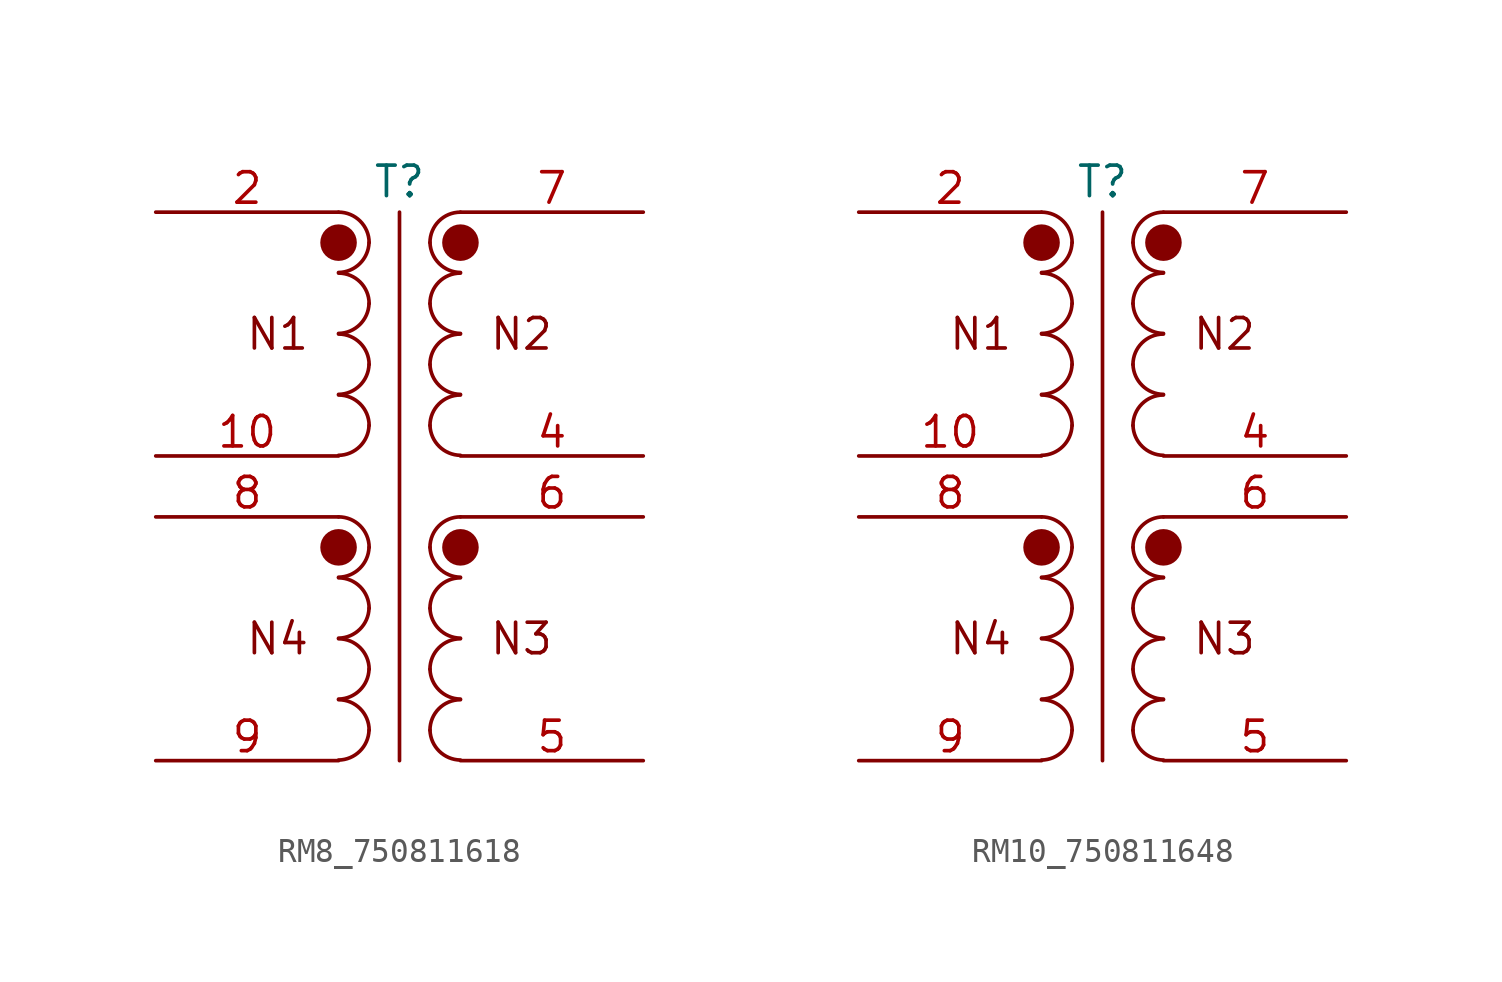
<source format=kicad_sym>
(kicad_symbol_lib
  (version 20220914)
  (generator kicad_symbol_editor)
  (symbol "RM8_750811618"
    (pin_names hide)
    (property "Reference" "T"
      (at 0 12.7 0)
      (effects (font (size 1.27 1.27))))
    (symbol "RM8_750811618_0_1"
      (arc (start -2.54 -11.4046) (mid -1.6561 -11.0363) (end -1.27 -10.16) (stroke (width 0) (type default)) (fill (type none)))
      (arc (start -2.54 -8.8646) (mid -1.6561 -8.4963) (end -1.27 -7.62) (stroke (width 0) (type default)) (fill (type none)))
      (arc (start -2.54 -6.3246) (mid -1.6561 -5.9563) (end -1.27 -5.08) (stroke (width 0) (type default)) (fill (type none)))
      (arc (start -2.54 -3.7846) (mid -1.6561 -3.4163) (end -1.27 -2.54) (stroke (width 0) (type default)) (fill (type none)))
      (arc (start -2.54 1.2954) (mid -1.6561 1.6637) (end -1.27 2.54) (stroke (width 0) (type default)) (fill (type none)))
      (arc (start -2.54 3.8354) (mid -1.6561 4.2037) (end -1.27 5.08) (stroke (width 0) (type default)) (fill (type none)))
      (arc (start -2.54 6.3754) (mid -1.6561 6.7437) (end -1.27 7.62) (stroke (width 0) (type default)) (fill (type none)))
      (arc (start -2.54 8.9154) (mid -1.6561 9.2837) (end -1.27 10.16) (stroke (width 0) (type default)) (fill (type none)))
      (arc (start -1.27 -10.16) (mid -1.642 -9.262) (end -2.54 -8.89) (stroke (width 0) (type default)) (fill (type none)))
      (arc (start -1.27 -7.62) (mid -1.642 -6.722) (end -2.54 -6.35) (stroke (width 0) (type default)) (fill (type none)))
      (arc (start -1.27 -5.08) (mid -1.642 -4.182) (end -2.54 -3.81) (stroke (width 0) (type default)) (fill (type none)))
      (arc (start -1.27 -2.54) (mid -1.642 -1.642) (end -2.54 -1.27) (stroke (width 0) (type default)) (fill (type none)))
      (arc (start -1.27 2.54) (mid -1.642 3.438) (end -2.54 3.81) (stroke (width 0) (type default)) (fill (type none)))
      (arc (start -1.27 5.08) (mid -1.642 5.978) (end -2.54 6.35) (stroke (width 0) (type default)) (fill (type none)))
      (arc (start -1.27 7.62) (mid -1.642 8.518) (end -2.54 8.89) (stroke (width 0) (type default)) (fill (type none)))
      (arc (start -1.27 10.16) (mid -1.642 11.058) (end -2.54 11.43) (stroke (width 0) (type default)) (fill (type none)))
      (polyline (pts (xy 0 -11.43) (xy 0 11.43)) (stroke (width 0) (type default)) (fill (type none)))
      (arc (start 1.27 -10.16) (mid 1.6561 -11.0363) (end 2.54 -11.4046) (stroke (width 0) (type default)) (fill (type none)))
      (arc (start 1.27 -7.62) (mid 1.6561 -8.4963) (end 2.54 -8.8646) (stroke (width 0) (type default)) (fill (type none)))
      (arc (start 1.27 -5.08) (mid 1.6561 -5.9563) (end 2.54 -6.3246) (stroke (width 0) (type default)) (fill (type none)))
      (arc (start 1.27 -2.54) (mid 1.6561 -3.4163) (end 2.54 -3.7846) (stroke (width 0) (type default)) (fill (type none)))
      (arc (start 1.27 2.54) (mid 1.6561 1.6637) (end 2.54 1.2954) (stroke (width 0) (type default)) (fill (type none)))
      (arc (start 1.27 5.08) (mid 1.6561 4.2037) (end 2.54 3.8354) (stroke (width 0) (type default)) (fill (type none)))
      (arc (start 1.27 7.62) (mid 1.6561 6.7437) (end 2.54 6.3754) (stroke (width 0) (type default)) (fill (type none)))
      (arc (start 1.27 10.16) (mid 1.6561 9.2837) (end 2.54 8.9154) (stroke (width 0) (type default)) (fill (type none)))
      (arc (start 2.54 -8.89) (mid 1.642 -9.262) (end 1.27 -10.16) (stroke (width 0) (type default)) (fill (type none)))
      (arc (start 2.54 -6.35) (mid 1.642 -6.722) (end 1.27 -7.62) (stroke (width 0) (type default)) (fill (type none)))
      (arc (start 2.54 -3.81) (mid 1.642 -4.182) (end 1.27 -5.08) (stroke (width 0) (type default)) (fill (type none)))
      (arc (start 2.54 -1.27) (mid 1.642 -1.642) (end 1.27 -2.54) (stroke (width 0) (type default)) (fill (type none)))
      (arc (start 2.54 3.81) (mid 1.642 3.438) (end 1.27 2.54) (stroke (width 0) (type default)) (fill (type none)))
      (arc (start 2.54 6.35) (mid 1.642 5.978) (end 1.27 5.08) (stroke (width 0) (type default)) (fill (type none)))
      (arc (start 2.54 8.89) (mid 1.642 8.518) (end 1.27 7.62) (stroke (width 0) (type default)) (fill (type none)))
      (arc (start 2.54 11.43) (mid 1.642 11.058) (end 1.27 10.16) (stroke (width 0) (type default)) (fill (type none))))
    (symbol "RM8_750811618_1_1"
      (circle (center -2.54 -2.54) (radius 0.0001) (stroke (width 0.762) (type default)) (fill (type none)))
      (circle (center -2.54 10.16) (radius 0.0001) (stroke (width 0.762) (type default)) (fill (type none)))
      (circle (center 2.54 -2.54) (radius 0.0001) (stroke (width 0.762) (type default)) (fill (type none)))
      (circle (center 2.54 10.16) (radius 0.0001) (stroke (width 0.762) (type default)) (fill (type none)))
      (text "N1" (at -5.08 6.35 0) (effects (font (size 1.27 1.27))))
      (text "N2" (at 5.08 6.35 0) (effects (font (size 1.27 1.27))))
      (text "N3" (at 5.08 -6.35 0) (effects (font (size 1.27 1.27))))
      (text "N4" (at -5.08 -6.35 0) (effects (font (size 1.27 1.27))))
      (pin passive line (at -10.16 1.27 0) (length 7.62) (name "10" (effects (font (size 1.27 1.27)))) (number "10" (effects (font (size 1.27 1.27)))))
      (pin passive line (at -10.16 11.43 0) (length 7.62) (name "2" (effects (font (size 1.27 1.27)))) (number "2" (effects (font (size 1.27 1.27)))))
      (pin passive line (at 10.16 1.27 180) (length 7.62) (name "4" (effects (font (size 1.27 1.27)))) (number "4" (effects (font (size 1.27 1.27)))))
      (pin passive line (at 10.16 -11.43 180) (length 7.62) (name "5" (effects (font (size 1.27 1.27)))) (number "5" (effects (font (size 1.27 1.27)))))
      (pin passive line (at 10.16 -1.27 180) (length 7.62) (name "6" (effects (font (size 1.27 1.27)))) (number "6" (effects (font (size 1.27 1.27)))))
      (pin passive line (at 10.16 11.43 180) (length 7.62) (name "7" (effects (font (size 1.27 1.27)))) (number "7" (effects (font (size 1.27 1.27)))))
      (pin passive line (at -10.16 -1.27 0) (length 7.62) (name "8" (effects (font (size 1.27 1.27)))) (number "8" (effects (font (size 1.27 1.27)))))
      (pin passive line (at -10.16 -11.43 0) (length 7.62) (name "9" (effects (font (size 1.27 1.27)))) (number "9" (effects (font (size 1.27 1.27)))))))
  (symbol "RM10_750811648"
    (pin_names hide)
    (property "Reference" "T"
      (at 0 12.7 0)
      (effects (font (size 1.27 1.27))))
    (symbol "RM10_750811648_0_1"
      (arc (start -2.54 -11.4046) (mid -1.6561 -11.0363) (end -1.27 -10.16) (stroke (width 0) (type default)) (fill (type none)))
      (arc (start -2.54 -8.8646) (mid -1.6561 -8.4963) (end -1.27 -7.62) (stroke (width 0) (type default)) (fill (type none)))
      (arc (start -2.54 -6.3246) (mid -1.6561 -5.9563) (end -1.27 -5.08) (stroke (width 0) (type default)) (fill (type none)))
      (arc (start -2.54 -3.7846) (mid -1.6561 -3.4163) (end -1.27 -2.54) (stroke (width 0) (type default)) (fill (type none)))
      (arc (start -2.54 1.2954) (mid -1.6561 1.6637) (end -1.27 2.54) (stroke (width 0) (type default)) (fill (type none)))
      (arc (start -2.54 3.8354) (mid -1.6561 4.2037) (end -1.27 5.08) (stroke (width 0) (type default)) (fill (type none)))
      (arc (start -2.54 6.3754) (mid -1.6561 6.7437) (end -1.27 7.62) (stroke (width 0) (type default)) (fill (type none)))
      (arc (start -2.54 8.9154) (mid -1.6561 9.2837) (end -1.27 10.16) (stroke (width 0) (type default)) (fill (type none)))
      (arc (start -1.27 -10.16) (mid -1.642 -9.262) (end -2.54 -8.89) (stroke (width 0) (type default)) (fill (type none)))
      (arc (start -1.27 -7.62) (mid -1.642 -6.722) (end -2.54 -6.35) (stroke (width 0) (type default)) (fill (type none)))
      (arc (start -1.27 -5.08) (mid -1.642 -4.182) (end -2.54 -3.81) (stroke (width 0) (type default)) (fill (type none)))
      (arc (start -1.27 -2.54) (mid -1.642 -1.642) (end -2.54 -1.27) (stroke (width 0) (type default)) (fill (type none)))
      (arc (start -1.27 2.54) (mid -1.642 3.438) (end -2.54 3.81) (stroke (width 0) (type default)) (fill (type none)))
      (arc (start -1.27 5.08) (mid -1.642 5.978) (end -2.54 6.35) (stroke (width 0) (type default)) (fill (type none)))
      (arc (start -1.27 7.62) (mid -1.642 8.518) (end -2.54 8.89) (stroke (width 0) (type default)) (fill (type none)))
      (arc (start -1.27 10.16) (mid -1.642 11.058) (end -2.54 11.43) (stroke (width 0) (type default)) (fill (type none)))
      (polyline (pts (xy 0 -11.43) (xy 0 11.43)) (stroke (width 0) (type default)) (fill (type none)))
      (arc (start 1.27 -10.16) (mid 1.6561 -11.0363) (end 2.54 -11.4046) (stroke (width 0) (type default)) (fill (type none)))
      (arc (start 1.27 -7.62) (mid 1.6561 -8.4963) (end 2.54 -8.8646) (stroke (width 0) (type default)) (fill (type none)))
      (arc (start 1.27 -5.08) (mid 1.6561 -5.9563) (end 2.54 -6.3246) (stroke (width 0) (type default)) (fill (type none)))
      (arc (start 1.27 -2.54) (mid 1.6561 -3.4163) (end 2.54 -3.7846) (stroke (width 0) (type default)) (fill (type none)))
      (arc (start 1.27 2.54) (mid 1.6561 1.6637) (end 2.54 1.2954) (stroke (width 0) (type default)) (fill (type none)))
      (arc (start 1.27 5.08) (mid 1.6561 4.2037) (end 2.54 3.8354) (stroke (width 0) (type default)) (fill (type none)))
      (arc (start 1.27 7.62) (mid 1.6561 6.7437) (end 2.54 6.3754) (stroke (width 0) (type default)) (fill (type none)))
      (arc (start 1.27 10.16) (mid 1.6561 9.2837) (end 2.54 8.9154) (stroke (width 0) (type default)) (fill (type none)))
      (arc (start 2.54 -8.89) (mid 1.642 -9.262) (end 1.27 -10.16) (stroke (width 0) (type default)) (fill (type none)))
      (arc (start 2.54 -6.35) (mid 1.642 -6.722) (end 1.27 -7.62) (stroke (width 0) (type default)) (fill (type none)))
      (arc (start 2.54 -3.81) (mid 1.642 -4.182) (end 1.27 -5.08) (stroke (width 0) (type default)) (fill (type none)))
      (arc (start 2.54 -1.27) (mid 1.642 -1.642) (end 1.27 -2.54) (stroke (width 0) (type default)) (fill (type none)))
      (arc (start 2.54 3.81) (mid 1.642 3.438) (end 1.27 2.54) (stroke (width 0) (type default)) (fill (type none)))
      (arc (start 2.54 6.35) (mid 1.642 5.978) (end 1.27 5.08) (stroke (width 0) (type default)) (fill (type none)))
      (arc (start 2.54 8.89) (mid 1.642 8.518) (end 1.27 7.62) (stroke (width 0) (type default)) (fill (type none)))
      (arc (start 2.54 11.43) (mid 1.642 11.058) (end 1.27 10.16) (stroke (width 0) (type default)) (fill (type none))))
    (symbol "RM10_750811648_1_1"
      (circle (center -2.54 -2.54) (radius 0.0001) (stroke (width 0.762) (type default)) (fill (type none)))
      (circle (center -2.54 10.16) (radius 0.0001) (stroke (width 0.762) (type default)) (fill (type none)))
      (circle (center 2.54 -2.54) (radius 0.0001) (stroke (width 0.762) (type default)) (fill (type none)))
      (circle (center 2.54 10.16) (radius 0.0001) (stroke (width 0.762) (type default)) (fill (type none)))
      (text "N1" (at -5.08 6.35 0) (effects (font (size 1.27 1.27))))
      (text "N2" (at 5.08 6.35 0) (effects (font (size 1.27 1.27))))
      (text "N3" (at 5.08 -6.35 0) (effects (font (size 1.27 1.27))))
      (text "N4" (at -5.08 -6.35 0) (effects (font (size 1.27 1.27))))
      (pin passive line (at -10.16 1.27 0) (length 7.62) (name "10" (effects (font (size 1.27 1.27)))) (number "10" (effects (font (size 1.27 1.27)))))
      (pin passive line (at -10.16 11.43 0) (length 7.62) (name "2" (effects (font (size 1.27 1.27)))) (number "2" (effects (font (size 1.27 1.27)))))
      (pin passive line (at 10.16 1.27 180) (length 7.62) (name "4" (effects (font (size 1.27 1.27)))) (number "4" (effects (font (size 1.27 1.27)))))
      (pin passive line (at 10.16 -11.43 180) (length 7.62) (name "5" (effects (font (size 1.27 1.27)))) (number "5" (effects (font (size 1.27 1.27)))))
      (pin passive line (at 10.16 -1.27 180) (length 7.62) (name "6" (effects (font (size 1.27 1.27)))) (number "6" (effects (font (size 1.27 1.27)))))
      (pin passive line (at 10.16 11.43 180) (length 7.62) (name "7" (effects (font (size 1.27 1.27)))) (number "7" (effects (font (size 1.27 1.27)))))
      (pin passive line (at -10.16 -1.27 0) (length 7.62) (name "8" (effects (font (size 1.27 1.27)))) (number "8" (effects (font (size 1.27 1.27)))))
      (pin passive line (at -10.16 -11.43 0) (length 7.62) (name "9" (effects (font (size 1.27 1.27)))) (number "9" (effects (font (size 1.27 1.27))))))))
</source>
